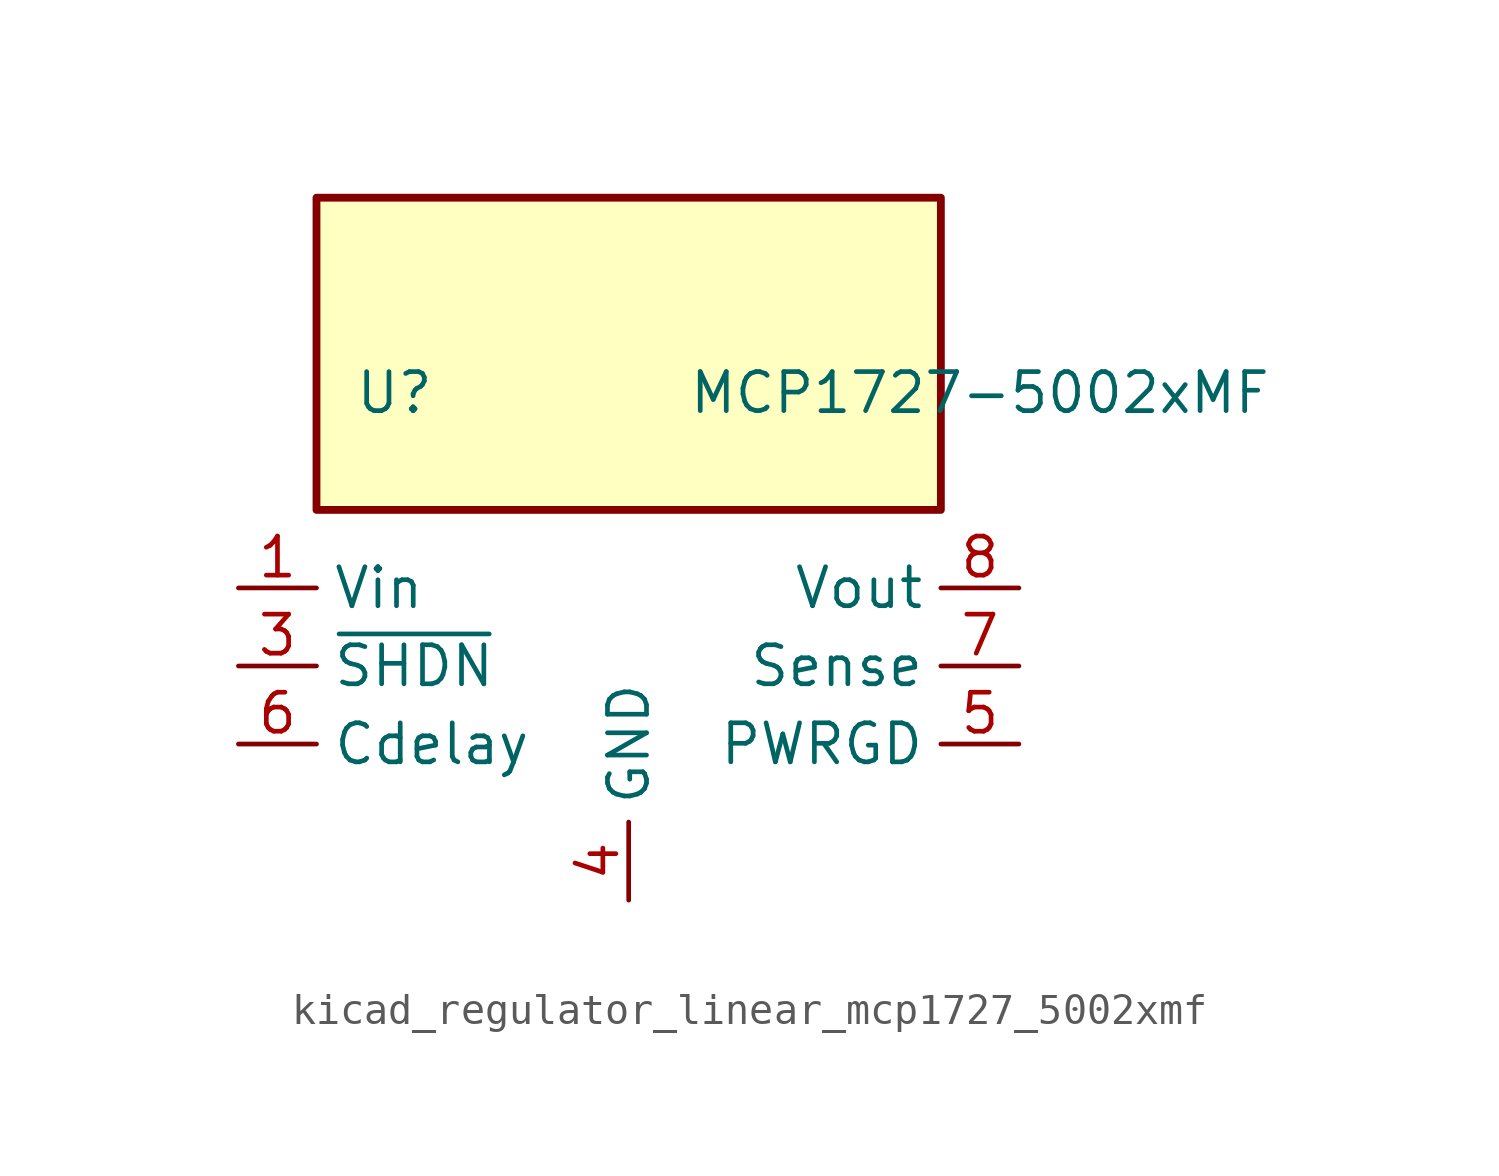
<source format=kicad_sym>
(kicad_symbol_lib
  (version 20220914)
  (generator kicad_symbol_editor)
  (symbol "kicad_regulator_linear_mcp1727_5002xmf"
    (property "Reference" "U"
      (at -7.62 8.89 0)
      (effects (font (size 1.27 1.27))))
    (property "Value" "MCP1727-5002xMF"
      (at 11.43 8.89 0)
      (effects (font (size 1.27 1.27))))
    (symbol "kicad_regulator_linear_mcp1727_5002xmf_0_0"
      (pin open_collector line (at 12.7 -2.54 180) (length 2.54) (name "PWRGD" (effects (font (size 1.27 1.27)))) (number "5" (effects (font (size 1.27 1.27)))))
      (pin input line (at -12.7 -2.54 0) (length 2.54) (name "Cdelay" (effects (font (size 1.27 1.27)))) (number "6" (effects (font (size 1.27 1.27)))))
      (pin input line (at 12.7 0 180) (length 2.54) (name "Sense" (effects (font (size 1.27 1.27)))) (number "7" (effects (font (size 1.27 1.27)))))
      (pin power_out line (at 12.7 2.54 180) (length 2.54) (name "Vout" (effects (font (size 1.27 1.27)))) (number "8" (effects (font (size 1.27 1.27))))))
    (symbol "kicad_regulator_linear_mcp1727_5002xmf_0_1"
      (rectangle (start 10.16 15.24) (end -10.16 5.08) (stroke (width 0.254) (type default)) (fill (type background))))
    (symbol "kicad_regulator_linear_mcp1727_5002xmf_1_1"
      (pin power_in line (at -12.7 2.54 0) (length 2.54) (name "Vin" (effects (font (size 1.27 1.27)))) (number "1" (effects (font (size 1.27 1.27)))))
      (pin passive line (at -12.7 2.54 0) (length 2.54) hide (name "Vin" (effects (font (size 1.27 1.27)))) (number "2" (effects (font (size 1.27 1.27)))))
      (pin input line (at -12.7 0 0) (length 2.54) (name "~{SHDN}" (effects (font (size 1.27 1.27)))) (number "3" (effects (font (size 1.27 1.27)))))
      (pin power_in line (at 0 -7.62 90) (length 2.54) (name "GND" (effects (font (size 1.27 1.27)))) (number "4" (effects (font (size 1.27 1.27)))))
      (pin passive line (at 0 -7.62 90) (length 2.54) hide (name "GND" (effects (font (size 1.27 1.27)))) (number "9" (effects (font (size 1.27 1.27))))))))
</source>
